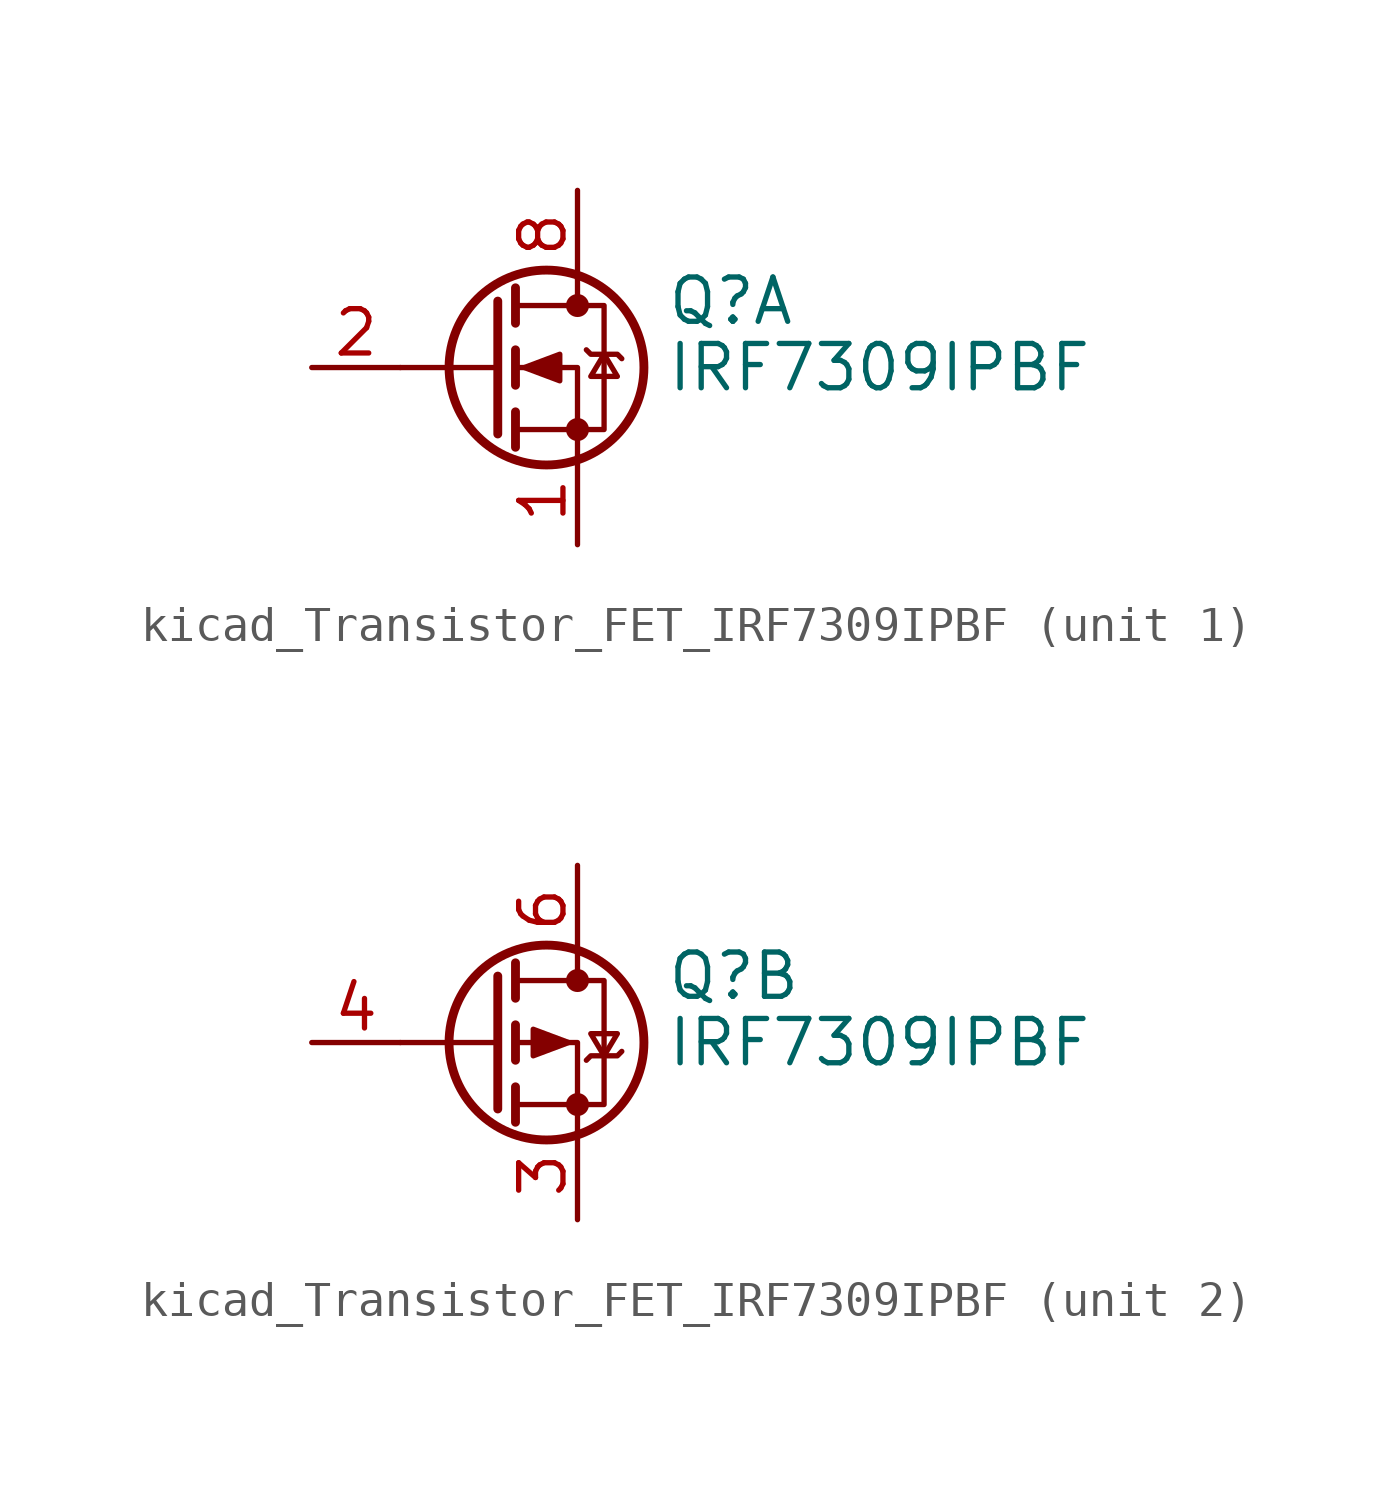
<source format=kicad_sym>
(kicad_symbol_lib
  (version 20220914)
  (generator kicad_symbol_editor)
  (symbol "kicad_Transistor_FET_IRF7309IPBF"
    (pin_names hide)
    (property "Reference" "Q"
      (at 5.08 1.905 0)
      (effects (font (size 1.27 1.27)) (justify left)))
    (property "Value" "IRF7309IPBF"
      (at 5.08 0 0)
      (effects (font (size 1.27 1.27)) (justify left)))
    (symbol "kicad_Transistor_FET_IRF7309IPBF_0_1"
      (polyline (pts (xy 0.254 0) (xy -2.54 0)) (stroke (width 0) (type default)) (fill (type none)))
      (polyline (pts (xy 0.254 1.905) (xy 0.254 -1.905)) (stroke (width 0.254) (type default)) (fill (type none)))
      (polyline (pts (xy 0.762 -1.27) (xy 0.762 -2.286)) (stroke (width 0.254) (type default)) (fill (type none)))
      (polyline (pts (xy 0.762 0.508) (xy 0.762 -0.508)) (stroke (width 0.254) (type default)) (fill (type none)))
      (polyline (pts (xy 0.762 2.286) (xy 0.762 1.27)) (stroke (width 0.254) (type default)) (fill (type none)))
      (polyline (pts (xy 2.54 2.54) (xy 2.54 1.778)) (stroke (width 0) (type default)) (fill (type none)))
      (polyline (pts (xy 2.54 -2.54) (xy 2.54 0) (xy 0.762 0)) (stroke (width 0) (type default)) (fill (type none)))
      (polyline (pts (xy 0.762 -1.778) (xy 3.302 -1.778) (xy 3.302 1.778) (xy 0.762 1.778)) (stroke (width 0) (type default)) (fill (type none)))
      (circle (center 1.651 0) (radius 2.794) (stroke (width 0.254) (type default)) (fill (type none)))
      (circle (center 2.54 -1.778) (radius 0.254) (stroke (width 0) (type default)) (fill (type outline)))
      (circle (center 2.54 1.778) (radius 0.254) (stroke (width 0) (type default)) (fill (type outline))))
    (symbol "kicad_Transistor_FET_IRF7309IPBF_1_1"
      (polyline (pts (xy 1.016 0) (xy 2.032 0.381) (xy 2.032 -0.381) (xy 1.016 0)) (stroke (width 0) (type default)) (fill (type outline)))
      (polyline (pts (xy 2.794 0.508) (xy 2.921 0.381) (xy 3.683 0.381) (xy 3.81 0.254)) (stroke (width 0) (type default)) (fill (type none)))
      (polyline (pts (xy 3.302 0.381) (xy 2.921 -0.254) (xy 3.683 -0.254) (xy 3.302 0.381)) (stroke (width 0) (type default)) (fill (type none)))
      (pin passive line (at 2.54 -5.08 90) (length 2.54) (name "S" (effects (font (size 1.27 1.27)))) (number "1" (effects (font (size 1.27 1.27)))))
      (pin input line (at -5.08 0 0) (length 2.54) (name "G" (effects (font (size 1.27 1.27)))) (number "2" (effects (font (size 1.27 1.27)))))
      (pin passive line (at 2.54 5.08 270) (length 2.54) hide (name "D" (effects (font (size 1.27 1.27)))) (number "7" (effects (font (size 1.27 1.27)))))
      (pin passive line (at 2.54 5.08 270) (length 2.54) (name "D" (effects (font (size 1.27 1.27)))) (number "8" (effects (font (size 1.27 1.27))))))
    (symbol "kicad_Transistor_FET_IRF7309IPBF_2_1"
      (polyline (pts (xy 2.286 0) (xy 1.27 0.381) (xy 1.27 -0.381) (xy 2.286 0)) (stroke (width 0) (type default)) (fill (type outline)))
      (polyline (pts (xy 2.794 -0.508) (xy 2.921 -0.381) (xy 3.683 -0.381) (xy 3.81 -0.254)) (stroke (width 0) (type default)) (fill (type none)))
      (polyline (pts (xy 3.302 -0.381) (xy 2.921 0.254) (xy 3.683 0.254) (xy 3.302 -0.381)) (stroke (width 0) (type default)) (fill (type none)))
      (pin passive line (at 2.54 -5.08 90) (length 2.54) (name "1" (effects (font (size 1.27 1.27)))) (number "3" (effects (font (size 1.27 1.27)))))
      (pin input line (at -5.08 0 0) (length 2.54) (name "G" (effects (font (size 1.27 1.27)))) (number "4" (effects (font (size 1.27 1.27)))))
      (pin passive line (at 2.54 5.08 270) (length 2.54) hide (name "D" (effects (font (size 1.27 1.27)))) (number "5" (effects (font (size 1.27 1.27)))))
      (pin passive line (at 2.54 5.08 270) (length 2.54) (name "D" (effects (font (size 1.27 1.27)))) (number "6" (effects (font (size 1.27 1.27))))))))
</source>
